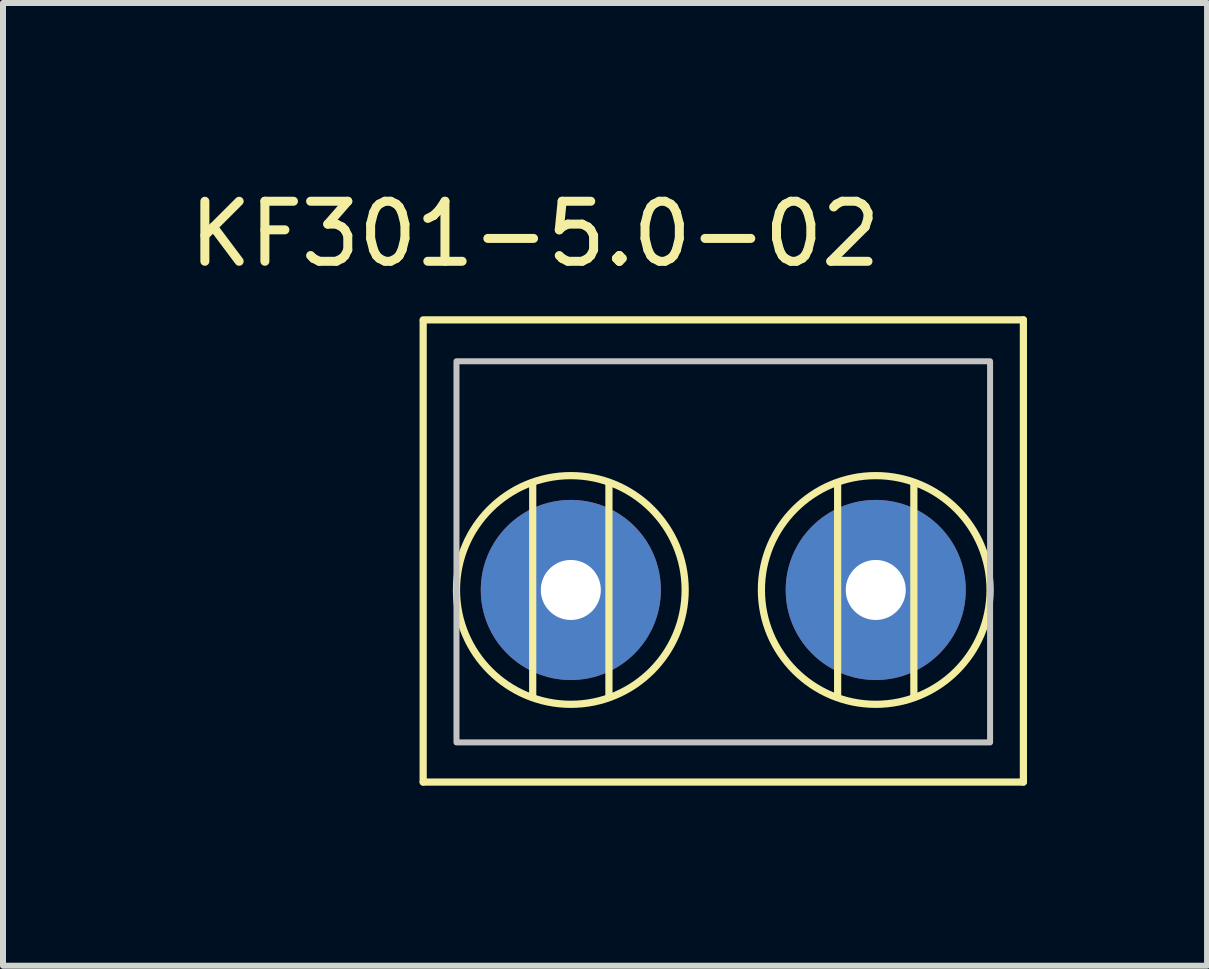
<source format=kicad_pcb>
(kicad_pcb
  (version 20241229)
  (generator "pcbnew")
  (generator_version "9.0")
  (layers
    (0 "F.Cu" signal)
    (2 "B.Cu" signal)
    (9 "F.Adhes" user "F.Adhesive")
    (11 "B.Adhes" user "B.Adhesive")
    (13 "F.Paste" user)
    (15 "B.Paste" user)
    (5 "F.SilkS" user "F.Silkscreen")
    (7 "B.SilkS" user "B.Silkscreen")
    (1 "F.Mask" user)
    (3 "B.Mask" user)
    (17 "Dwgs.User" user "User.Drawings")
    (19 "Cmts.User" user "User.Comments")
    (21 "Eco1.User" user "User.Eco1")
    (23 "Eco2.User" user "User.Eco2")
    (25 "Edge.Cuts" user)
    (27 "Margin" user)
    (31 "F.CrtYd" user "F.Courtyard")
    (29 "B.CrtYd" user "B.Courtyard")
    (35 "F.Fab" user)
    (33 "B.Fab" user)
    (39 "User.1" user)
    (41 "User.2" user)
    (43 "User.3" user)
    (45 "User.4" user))
  (footprint "KF301-5.0-02"
    (layer "F.Cu")
    (at 6.46 6.779)
    (property "Reference" "KF301-5.0-02" (at -0.597 -5.931 0) (layer "F.SilkS") (effects (font (size 1 1) (thickness 0.15))))
    (attr through_hole)
    (fp_line (start -2.46 -4.5) (end 7.54 -4.5) (stroke (width 0.12) (type solid)) (layer "F.SilkS"))
    (fp_line (start -2.46 3.2) (end -2.46 -4.483) (stroke (width 0.12) (type solid)) (layer "F.SilkS"))
    (fp_line (start -0.635 -1.778) (end -0.635 1.778) (stroke (width 0.12) (type solid)) (layer "F.SilkS"))
    (fp_line (start 0.635 1.778) (end 0.635 -1.778) (stroke (width 0.12) (type solid)) (layer "F.SilkS"))
    (fp_line (start 4.445 -1.778) (end 4.445 1.778) (stroke (width 0.12) (type solid)) (layer "F.SilkS"))
    (fp_line (start 5.715 1.778) (end 5.715 -1.778) (stroke (width 0.12) (type solid)) (layer "F.SilkS"))
    (fp_line (start 7.54 -4.5) (end 7.54 3.2) (stroke (width 0.12) (type solid)) (layer "F.SilkS"))
    (fp_line (start 7.54 3.2) (end -2.46 3.2) (stroke (width 0.12) (type solid)) (layer "F.SilkS"))
    (fp_circle (center 0 0) (end 1.905 0) (stroke (width 0.12) (type solid)) (fill no) (layer "F.SilkS"))
    (fp_circle (center 5.08 0) (end 6.985 0) (stroke (width 0.12) (type solid)) (fill no) (layer "F.SilkS"))
    (fp_poly (pts (xy 6.985 2.54) (xy -1.905 2.54) (xy -1.905 -3.81) (xy 6.985 -3.81)) (stroke (width 0.1) (type solid)) (fill no) (layer "Dwgs.User"))
    (pad "1" thru_hole circle (at 0 0) (size 3 3) (drill 1) (layers "*.Cu" "*.Mask"))
    (pad "2" thru_hole circle (at 5.08 0) (size 3 3) (drill 1) (layers "*.Cu" "*.Mask")))
  (gr_rect
    (start -3 -3)
    (end 17.06 13.039)
    (stroke (width 0.1) (type default))
    (fill no)
    (layer "Edge.Cuts")))
</source>
